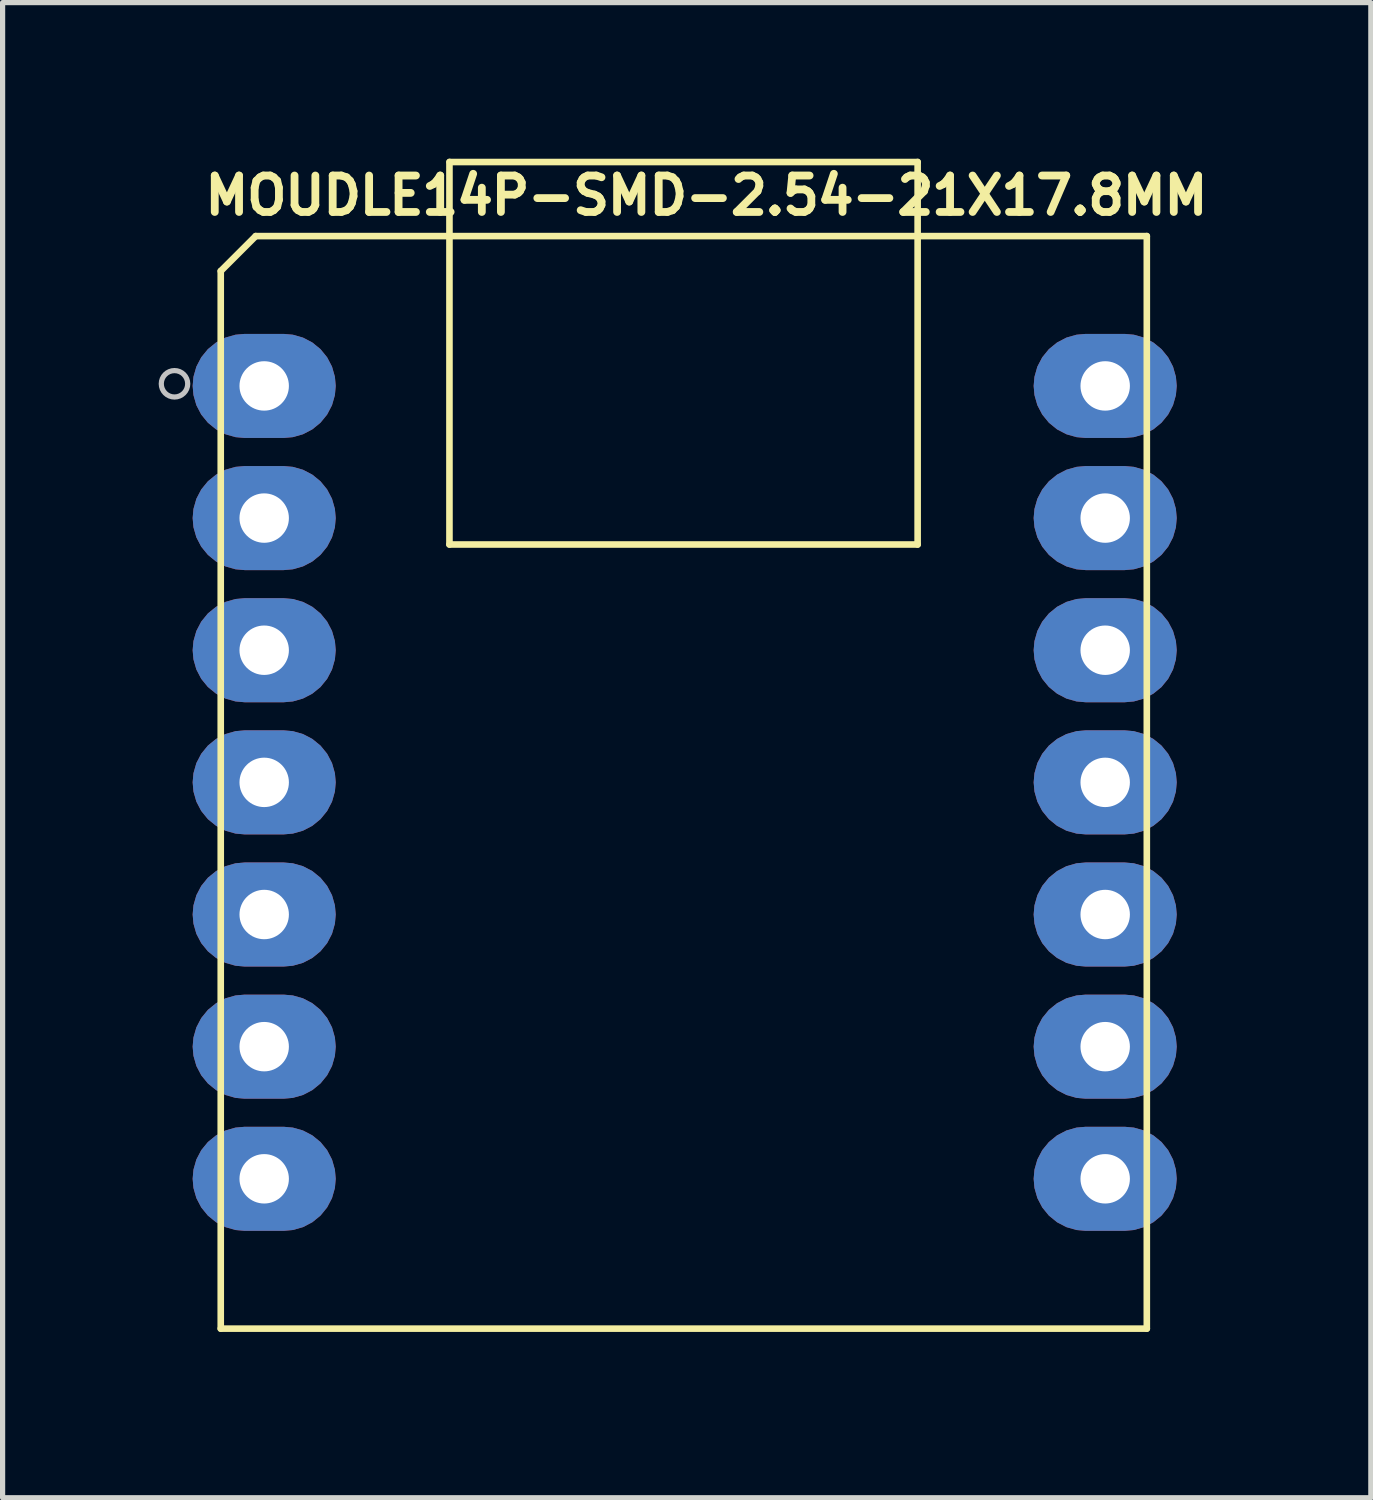
<source format=kicad_pcb>
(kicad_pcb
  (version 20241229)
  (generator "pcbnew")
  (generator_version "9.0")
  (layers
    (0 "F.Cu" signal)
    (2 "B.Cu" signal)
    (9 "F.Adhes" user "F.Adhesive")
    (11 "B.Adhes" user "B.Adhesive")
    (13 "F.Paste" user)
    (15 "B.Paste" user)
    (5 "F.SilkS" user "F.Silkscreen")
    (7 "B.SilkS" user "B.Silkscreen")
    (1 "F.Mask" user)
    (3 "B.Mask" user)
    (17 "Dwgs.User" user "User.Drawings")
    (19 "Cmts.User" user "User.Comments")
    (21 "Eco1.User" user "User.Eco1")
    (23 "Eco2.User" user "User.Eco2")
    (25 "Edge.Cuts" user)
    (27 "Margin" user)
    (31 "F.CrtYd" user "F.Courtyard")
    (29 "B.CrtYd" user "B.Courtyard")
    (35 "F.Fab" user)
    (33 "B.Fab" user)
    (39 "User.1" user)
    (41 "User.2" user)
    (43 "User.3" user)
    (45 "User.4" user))
  (footprint "MOUDLE14P-SMD-2.54-21X17.8MM"
    (layer "F.Cu")
    (at 1.193 22.488)
    (property "Reference" "MOUDLE14P-SMD-2.54-21X17.8MM" (at 9.335 -21.78 0) (layer "F.SilkS") (effects (font (size 0.7 0.7) (thickness 0.15))))
    (attr through_hole)
    (fp_line (start 0 -20.328) (end 0 0) (stroke (width 0.127) (type solid)) (layer "F.SilkS"))
    (fp_line (start 0 0) (end 17.8 0) (stroke (width 0.127) (type solid)) (layer "F.SilkS"))
    (fp_line (start 0.672 -21) (end 0 -20.328) (stroke (width 0.127) (type solid)) (layer "F.SilkS"))
    (fp_line (start 4.396 -15.072) (end 4.396 -22.425) (stroke (width 0.127) (type solid)) (layer "F.SilkS"))
    (fp_line (start 4.4 -22.424) (end 13.395 -22.424) (stroke (width 0.127) (type solid)) (layer "F.SilkS"))
    (fp_line (start 13.395 -22.424) (end 13.395 -15.072) (stroke (width 0.127) (type solid)) (layer "F.SilkS"))
    (fp_line (start 13.395 -15.072) (end 4.396 -15.072) (stroke (width 0.127) (type solid)) (layer "F.SilkS"))
    (fp_line (start 17.8 -21) (end 0.672 -21) (stroke (width 0.127) (type solid)) (layer "F.SilkS"))
    (fp_line (start 17.8 0) (end 17.8 -21) (stroke (width 0.127) (type solid)) (layer "F.SilkS"))
    (fp_circle (center -0.889 -18.161) (end -0.635 -18.161) (stroke (width 0.1) (type solid)) (fill no) (layer "Dwgs.User"))
    (pad "1" thru_hole roundrect (at 0.835 -18.12) (size 2.75 2) (drill 0.95) (layers "*.Cu" "*.Mask") (roundrect_rratio 0.5))
    (pad "2" thru_hole roundrect (at 0.835 -15.58) (size 2.75 2) (drill 0.95) (layers "*.Cu" "*.Mask") (roundrect_rratio 0.5))
    (pad "3" thru_hole roundrect (at 0.835 -13.04) (size 2.75 2) (drill 0.95) (layers "*.Cu" "*.Mask") (roundrect_rratio 0.5))
    (pad "4" thru_hole roundrect (at 0.835 -10.5) (size 2.75 2) (drill 0.95) (layers "*.Cu" "*.Mask") (roundrect_rratio 0.5))
    (pad "5" thru_hole roundrect (at 0.835 -7.96) (size 2.75 2) (drill 0.95) (layers "*.Cu" "*.Mask") (roundrect_rratio 0.5))
    (pad "6" thru_hole roundrect (at 0.835 -5.42) (size 2.75 2) (drill 0.95) (layers "*.Cu" "*.Mask") (roundrect_rratio 0.5))
    (pad "7" thru_hole roundrect (at 0.835 -2.88) (size 2.75 2) (drill 0.95) (layers "*.Cu" "*.Mask") (roundrect_rratio 0.5))
    (pad "8" thru_hole roundrect (at 17 -2.88) (size 2.75 2) (drill 0.95) (layers "*.Cu" "*.Mask") (roundrect_rratio 0.5))
    (pad "9" thru_hole roundrect (at 17 -5.42) (size 2.75 2) (drill 0.95) (layers "*.Cu" "*.Mask") (roundrect_rratio 0.5))
    (pad "10" thru_hole roundrect (at 17 -7.96) (size 2.75 2) (drill 0.95) (layers "*.Cu" "*.Mask") (roundrect_rratio 0.5))
    (pad "11" thru_hole roundrect (at 17 -10.5) (size 2.75 2) (drill 0.95) (layers "*.Cu" "*.Mask") (roundrect_rratio 0.5))
    (pad "12" thru_hole roundrect (at 17 -13.04) (size 2.75 2) (drill 0.95) (layers "*.Cu" "*.Mask") (roundrect_rratio 0.5))
    (pad "13" thru_hole roundrect (at 17 -15.58) (size 2.75 2) (drill 0.95) (layers "*.Cu" "*.Mask") (roundrect_rratio 0.5))
    (pad "14" thru_hole roundrect (at 17 -18.12) (size 2.75 2) (drill 0.95) (layers "*.Cu" "*.Mask") (roundrect_rratio 0.5)))
  (gr_rect
    (start -3 -3)
    (end 23.299 25.738)
    (stroke (width 0.1) (type default))
    (fill no)
    (layer "Edge.Cuts")))
</source>
